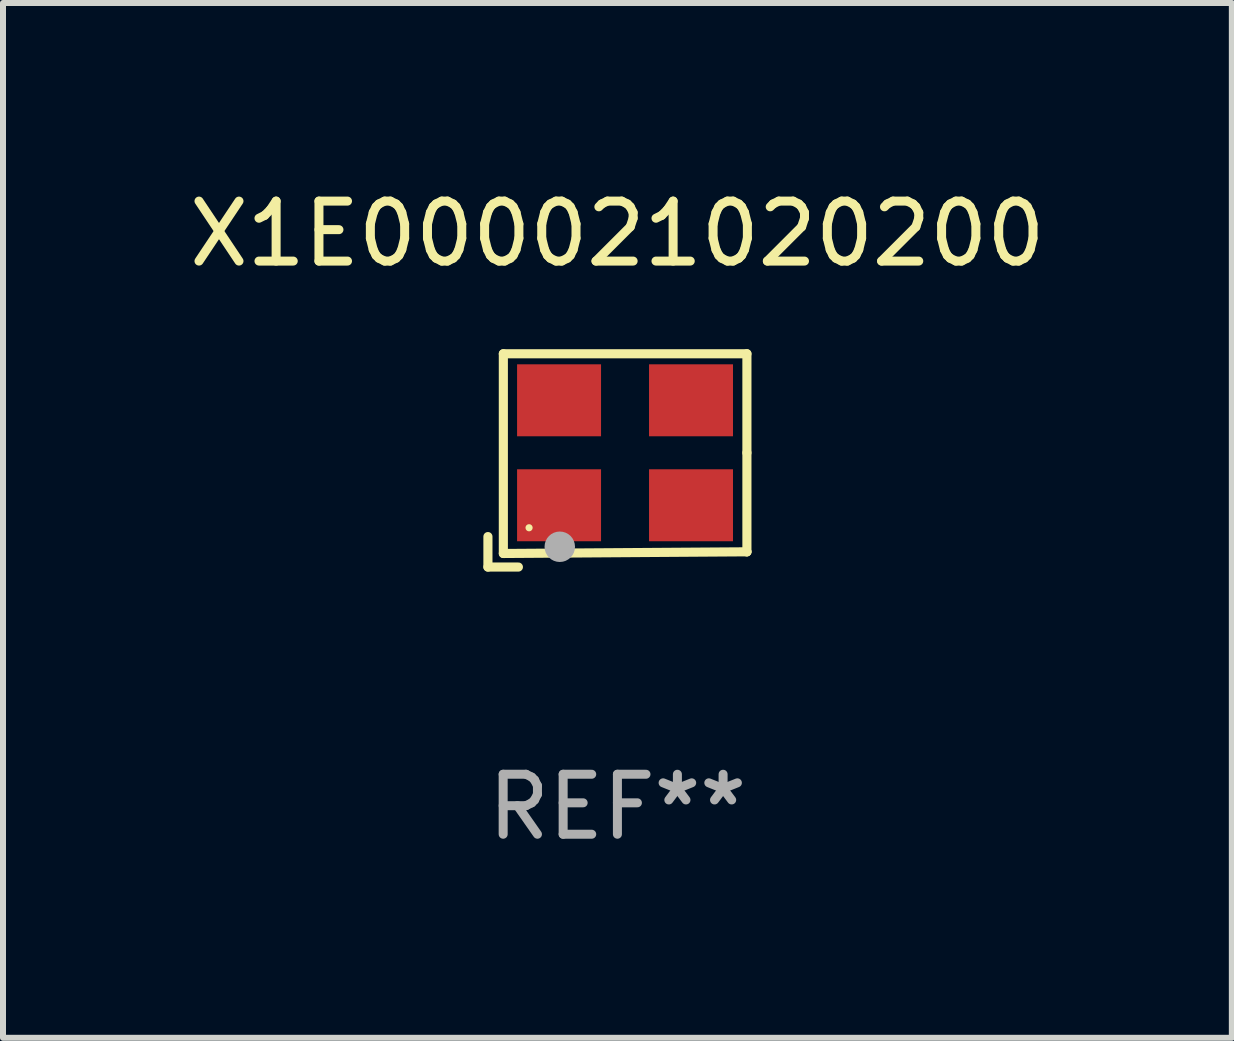
<source format=kicad_pcb>
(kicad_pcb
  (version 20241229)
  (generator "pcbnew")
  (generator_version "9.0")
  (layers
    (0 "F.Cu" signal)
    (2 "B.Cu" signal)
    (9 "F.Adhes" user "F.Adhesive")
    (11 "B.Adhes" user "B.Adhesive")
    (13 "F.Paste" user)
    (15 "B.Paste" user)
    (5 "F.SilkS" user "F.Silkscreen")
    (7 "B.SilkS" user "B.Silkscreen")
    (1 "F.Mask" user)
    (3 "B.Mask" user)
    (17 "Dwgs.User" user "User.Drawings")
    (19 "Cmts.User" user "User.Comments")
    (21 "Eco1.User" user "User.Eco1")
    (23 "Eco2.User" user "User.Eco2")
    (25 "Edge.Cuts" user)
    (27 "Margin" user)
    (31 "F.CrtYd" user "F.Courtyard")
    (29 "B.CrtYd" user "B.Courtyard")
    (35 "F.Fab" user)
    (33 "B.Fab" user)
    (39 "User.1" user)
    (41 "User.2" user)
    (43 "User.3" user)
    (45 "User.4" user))
  (footprint "X1E000021020200"
    (layer "F.Cu")
    (at 7.244 4.626)
    (property "Reference" "X1E000021020200" (at 0 -3.778 0) (layer "F.SilkS") (effects (font (size 1 1) (thickness 0.15))))
    (attr through_hole)
    (fp_line (start -2.159 1.27) (end -2.159 1.778) (stroke (width 0.152) (type solid)) (layer "F.SilkS"))
    (fp_line (start -2.159 1.778) (end -1.651 1.778) (stroke (width 0.152) (type solid)) (layer "F.SilkS"))
    (fp_line (start -1.902 -1.778) (end 2.159 -1.778) (stroke (width 0.152) (type solid)) (layer "F.SilkS"))
    (fp_line (start -1.902 1.552) (end -1.902 -1.778) (stroke (width 0.152) (type solid)) (layer "F.SilkS"))
    (fp_line (start 2.159 -1.778) (end 2.159 -0.127) (stroke (width 0.152) (type solid)) (layer "F.SilkS"))
    (fp_line (start 2.159 -0.127) (end 2.159 1.524) (stroke (width 0.152) (type solid)) (layer "F.SilkS"))
    (fp_line (start 2.159 1.524) (end -1.902 1.552) (stroke (width 0.152) (type solid)) (layer "F.SilkS"))
    (fp_line (start 2.159 1.524) (end 2.159 1.524) (stroke (width 0.152) (type solid)) (layer "F.SilkS"))
    (fp_circle (center -1.473 1.123) (end -1.443 1.123) (stroke (width 0.06) (type solid)) (fill no) (layer "F.SilkS"))
    (fp_circle (center -0.961 1.44) (end -0.834 1.44) (stroke (width 0.254) (type solid)) (fill no) (layer "F.Fab"))
    (fp_text user "REF**" (at 0 5.778 0) (layer "F.Fab") (effects (font (size 1 1) (thickness 0.15))))
    (pad "1" smd rect (at -0.973 0.748) (size 1.4 1.2) (layers "F.Cu" "F.Mask" "F.Paste"))
    (pad "2" smd rect (at 1.227 0.748) (size 1.4 1.2) (layers "F.Cu" "F.Mask" "F.Paste"))
    (pad "3" smd rect (at 1.227 -1.002) (size 1.4 1.2) (layers "F.Cu" "F.Mask" "F.Paste"))
    (pad "4" smd rect (at -0.973 -1.002) (size 1.4 1.2) (layers "F.Cu" "F.Mask" "F.Paste")))
  (gr_rect
    (start -3 -3)
    (end 17.488 14.253)
    (stroke (width 0.1) (type default))
    (fill no)
    (layer "Edge.Cuts")))
</source>
